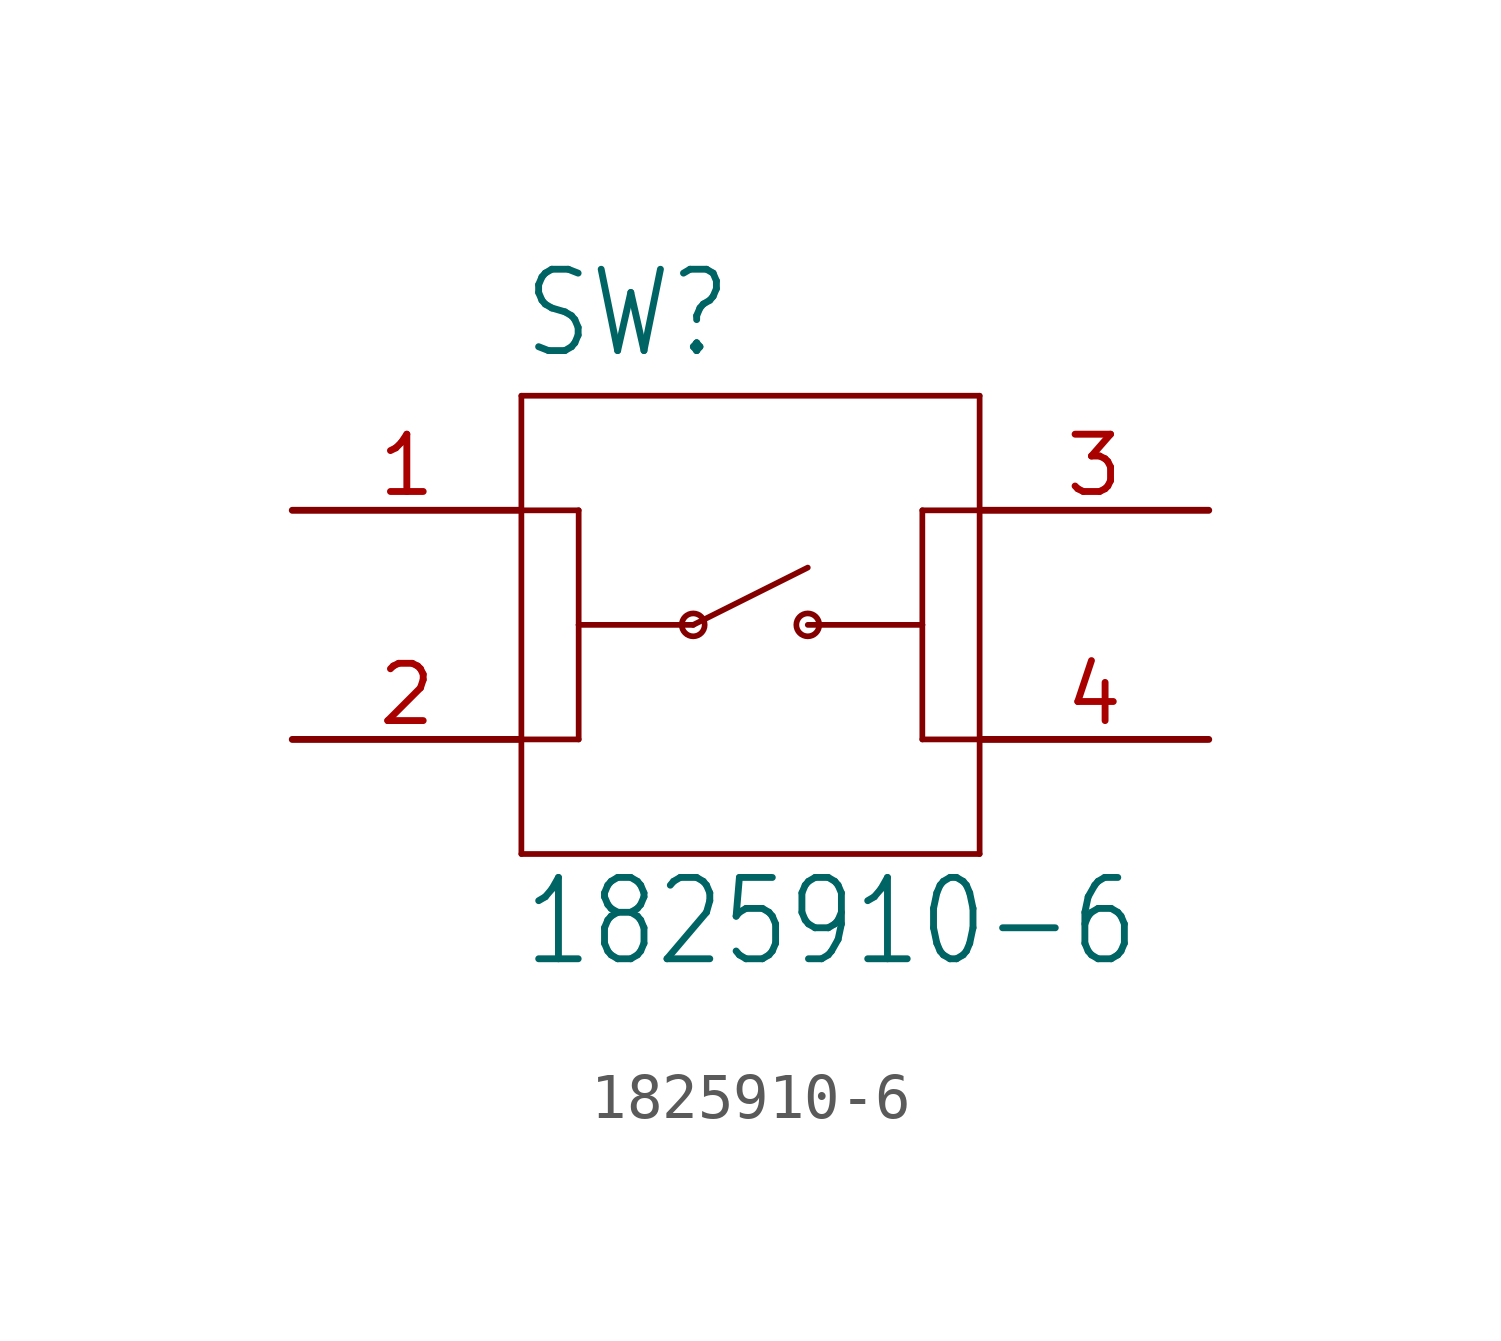
<source format=kicad_sym>
(kicad_symbol_lib
  (version 20211014)
  (generator kicad_symbol_editor)
  (symbol "1825910-6"
    (property "Reference" "SW"
      (at -5.09 5.853 0)
      (effects (font (size 1.803 1.533)) (justify left bottom)))
    (property "Value" "1825910-6"
      (at -5.088 -7.632 0)
      (effects (font (size 1.803 1.532)) (justify left bottom)))
    (property "ki_locked" ""
      (at 0 0 0)
      (effects (font (size 1.27 1.27))))
    (symbol "1825910-6_1_0"
      (circle (center -1.27 0) (radius 0.254) (stroke (width 0.127) (type default) (color 0 0 0 0)) (fill (type none)))
      (polyline (pts (xy -5.08 -5.08) (xy 5.08 -5.08)) (stroke (width 0.127) (type default) (color 0 0 0 0)) (fill (type none)))
      (polyline (pts (xy -5.08 -2.54) (xy -5.08 -5.08)) (stroke (width 0.127) (type default) (color 0 0 0 0)) (fill (type none)))
      (polyline (pts (xy -5.08 2.54) (xy -5.08 -2.54)) (stroke (width 0.127) (type default) (color 0 0 0 0)) (fill (type none)))
      (polyline (pts (xy -5.08 2.54) (xy -3.81 2.54)) (stroke (width 0.127) (type default) (color 0 0 0 0)) (fill (type none)))
      (polyline (pts (xy -5.08 5.08) (xy -5.08 2.54)) (stroke (width 0.127) (type default) (color 0 0 0 0)) (fill (type none)))
      (polyline (pts (xy -5.08 5.08) (xy 5.08 5.08)) (stroke (width 0.127) (type default) (color 0 0 0 0)) (fill (type none)))
      (polyline (pts (xy -3.81 -2.54) (xy -5.08 -2.54)) (stroke (width 0.127) (type default) (color 0 0 0 0)) (fill (type none)))
      (polyline (pts (xy -3.81 0) (xy -3.81 -2.54)) (stroke (width 0.127) (type default) (color 0 0 0 0)) (fill (type none)))
      (polyline (pts (xy -3.81 0) (xy -1.27 0)) (stroke (width 0.127) (type default) (color 0 0 0 0)) (fill (type none)))
      (polyline (pts (xy -3.81 2.54) (xy -3.81 0)) (stroke (width 0.127) (type default) (color 0 0 0 0)) (fill (type none)))
      (polyline (pts (xy -1.27 0) (xy 1.27 1.27)) (stroke (width 0.127) (type default) (color 0 0 0 0)) (fill (type none)))
      (polyline (pts (xy 1.27 0) (xy 3.81 0)) (stroke (width 0.127) (type default) (color 0 0 0 0)) (fill (type none)))
      (polyline (pts (xy 3.81 -2.54) (xy 5.08 -2.54)) (stroke (width 0.127) (type default) (color 0 0 0 0)) (fill (type none)))
      (polyline (pts (xy 3.81 0) (xy 3.81 -2.54)) (stroke (width 0.127) (type default) (color 0 0 0 0)) (fill (type none)))
      (polyline (pts (xy 3.81 0) (xy 3.81 2.54)) (stroke (width 0.127) (type default) (color 0 0 0 0)) (fill (type none)))
      (polyline (pts (xy 3.81 2.54) (xy 5.08 2.54)) (stroke (width 0.127) (type default) (color 0 0 0 0)) (fill (type none)))
      (polyline (pts (xy 5.08 -2.54) (xy 5.08 -5.08)) (stroke (width 0.127) (type default) (color 0 0 0 0)) (fill (type none)))
      (polyline (pts (xy 5.08 2.54) (xy 5.08 -2.54)) (stroke (width 0.127) (type default) (color 0 0 0 0)) (fill (type none)))
      (polyline (pts (xy 5.08 5.08) (xy 5.08 2.54)) (stroke (width 0.127) (type default) (color 0 0 0 0)) (fill (type none)))
      (circle (center 1.27 0) (radius 0.254) (stroke (width 0.127) (type default) (color 0 0 0 0)) (fill (type none)))
      (pin passive line (at -10.16 2.54 0) (length 5.08) (name "1" (effects (font (size 0 0)))) (number "1" (effects (font (size 1.27 1.27)))))
      (pin passive line (at -10.16 -2.54 0) (length 5.08) (name "2" (effects (font (size 0 0)))) (number "2" (effects (font (size 1.27 1.27)))))
      (pin passive line (at 10.16 2.54 180) (length 5.08) (name "3" (effects (font (size 0 0)))) (number "3" (effects (font (size 1.27 1.27)))))
      (pin passive line (at 10.16 -2.54 180) (length 5.08) (name "4" (effects (font (size 0 0)))) (number "4" (effects (font (size 1.27 1.27))))))))
</source>
